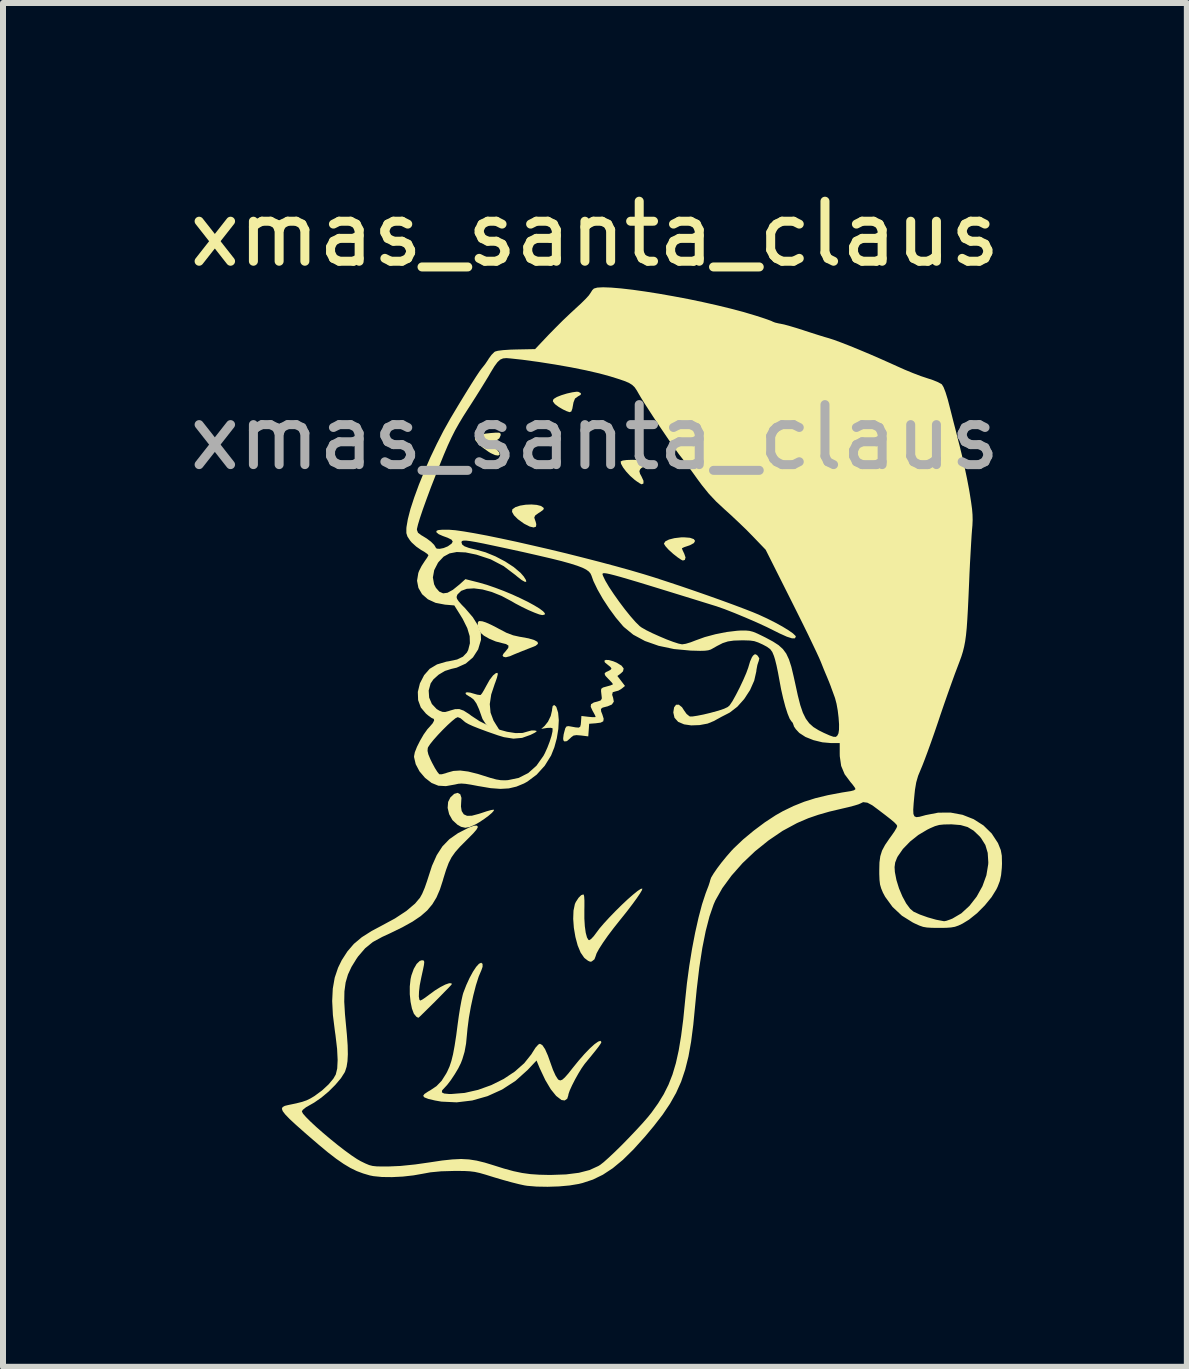
<source format=kicad_pcb>
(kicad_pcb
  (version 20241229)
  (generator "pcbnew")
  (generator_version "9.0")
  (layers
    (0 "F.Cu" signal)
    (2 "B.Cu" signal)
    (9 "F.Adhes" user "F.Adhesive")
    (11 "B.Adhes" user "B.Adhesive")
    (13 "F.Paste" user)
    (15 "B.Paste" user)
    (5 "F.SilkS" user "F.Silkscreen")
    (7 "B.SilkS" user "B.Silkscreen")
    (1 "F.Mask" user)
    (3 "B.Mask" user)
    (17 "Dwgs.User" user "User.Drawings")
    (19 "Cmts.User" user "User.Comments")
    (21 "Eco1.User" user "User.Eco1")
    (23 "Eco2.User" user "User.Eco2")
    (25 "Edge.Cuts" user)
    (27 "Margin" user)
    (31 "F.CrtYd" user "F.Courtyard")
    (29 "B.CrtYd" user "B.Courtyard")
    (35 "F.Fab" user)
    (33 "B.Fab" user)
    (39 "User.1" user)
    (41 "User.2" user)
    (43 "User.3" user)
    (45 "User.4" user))
  (footprint "xmas_santa_claus"
    (layer "F.Cu")
    (at 6.863 1.737)
    (property "Reference" "xmas_santa_claus" (at 0 -0.889 0) (unlocked yes) (layer "F.SilkS") (effects (font (size 1 1) (thickness 0.15))))
    (fp_poly (pts (xy -0.277 1.742) (xy -0.234 1.764) (xy -0.237 1.792) (xy -0.286 1.82) (xy -0.286 1.821) (xy -0.332 1.854) (xy -0.357 1.918) (xy -0.36 1.934) (xy -0.376 2.022) (xy -0.393 2.069) (xy -0.422 2.081) (xy -0.472 2.064) (xy -0.531 2.036) (xy -0.602 1.995) (xy -0.66 1.952) (xy -0.673 1.939) (xy -0.701 1.9) (xy -0.695 1.872) (xy -0.68 1.856) (xy -0.634 1.828) (xy -0.558 1.798) (xy -0.467 1.77) (xy -0.377 1.75) (xy -0.305 1.74)) (stroke (width 0) (type solid)) (fill yes) (layer "F.SilkS"))
    (fp_poly (pts (xy -0.969 3.626) (xy -0.898 3.644) (xy -0.857 3.673) (xy -0.851 3.693) (xy -0.869 3.714) (xy -0.916 3.748) (xy -0.937 3.76) (xy -0.993 3.8) (xy -1.01 3.834) (xy -1.006 3.853) (xy -0.986 3.911) (xy -0.977 3.948) (xy -0.982 3.989) (xy -1.021 4.002) (xy -1.086 3.987) (xy -1.173 3.943) (xy -1.189 3.933) (xy -1.283 3.865) (xy -1.349 3.799) (xy -1.381 3.742) (xy -1.376 3.7) (xy -1.375 3.699) (xy -1.324 3.663) (xy -1.247 3.638) (xy -1.154 3.623) (xy -1.058 3.619)) (stroke (width 0) (type solid)) (fill yes) (layer "F.SilkS"))
    (fp_poly (pts (xy -1.577 2.431) (xy -1.57 2.452) (xy -1.57 2.464) (xy -1.592 2.516) (xy -1.641 2.552) (xy -1.69 2.582) (xy -1.713 2.606) (xy -1.713 2.608) (xy -1.697 2.635) (xy -1.658 2.679) (xy -1.642 2.695) (xy -1.595 2.751) (xy -1.587 2.788) (xy -1.612 2.804) (xy -1.664 2.796) (xy -1.737 2.763) (xy -1.774 2.74) (xy -1.869 2.672) (xy -1.943 2.607) (xy -1.989 2.553) (xy -2.001 2.524) (xy -1.982 2.488) (xy -1.923 2.459) (xy -1.821 2.438) (xy -1.74 2.429) (xy -1.651 2.422) (xy -1.6 2.422)) (stroke (width 0) (type solid)) (fill yes) (layer "F.SilkS"))
    (fp_poly (pts (xy 1.584 4.174) (xy 1.647 4.196) (xy 1.669 4.226) (xy 1.649 4.262) (xy 1.585 4.297) (xy 1.548 4.31) (xy 1.488 4.33) (xy 1.453 4.347) (xy 1.45 4.351) (xy 1.46 4.379) (xy 1.484 4.43) (xy 1.487 4.435) (xy 1.51 4.502) (xy 1.498 4.543) (xy 1.465 4.553) (xy 1.434 4.538) (xy 1.378 4.5) (xy 1.308 4.445) (xy 1.293 4.432) (xy 1.225 4.37) (xy 1.175 4.314) (xy 1.151 4.275) (xy 1.15 4.271) (xy 1.173 4.234) (xy 1.234 4.203) (xy 1.325 4.18) (xy 1.436 4.167) (xy 1.482 4.166)) (stroke (width 0) (type solid)) (fill yes) (layer "F.SilkS"))
    (fp_poly (pts (xy 0.713 2.876) (xy 0.803 2.883) (xy 0.875 2.895) (xy 0.912 2.91) (xy 0.941 2.935) (xy 0.934 2.951) (xy 0.891 2.97) (xy 0.837 2.988) (xy 0.804 2.995) (xy 0.774 3.012) (xy 0.755 3.031) (xy 0.741 3.063) (xy 0.751 3.106) (xy 0.776 3.152) (xy 0.809 3.224) (xy 0.809 3.269) (xy 0.779 3.283) (xy 0.75 3.269) (xy 0.697 3.234) (xy 0.658 3.205) (xy 0.587 3.142) (xy 0.521 3.071) (xy 0.468 3.001) (xy 0.435 2.941) (xy 0.429 2.903) (xy 0.43 2.902) (xy 0.462 2.887) (xy 0.529 2.878) (xy 0.617 2.875)) (stroke (width 0) (type solid)) (fill yes) (layer "F.SilkS"))
    (fp_poly (pts (xy -2.244 8.447) (xy -2.224 8.508) (xy -2.228 8.573) (xy -2.232 8.651) (xy -2.221 8.722) (xy -2.219 8.729) (xy -2.185 8.782) (xy -2.13 8.807) (xy -2.05 8.805) (xy -1.937 8.775) (xy -1.89 8.76) (xy -1.803 8.731) (xy -1.731 8.711) (xy -1.688 8.704) (xy -1.684 8.704) (xy -1.685 8.722) (xy -1.717 8.758) (xy -1.774 8.807) (xy -1.846 8.86) (xy -1.924 8.912) (xy -1.986 8.948) (xy -2.084 8.992) (xy -2.16 9.006) (xy -2.23 8.99) (xy -2.291 8.955) (xy -2.374 8.878) (xy -2.429 8.78) (xy -2.454 8.675) (xy -2.446 8.575) (xy -2.409 8.501) (xy -2.345 8.441) (xy -2.287 8.424)) (stroke (width 0) (type solid)) (fill yes) (layer "F.SilkS"))
    (fp_poly (pts (xy -1.875 5.566) (xy -1.819 5.584) (xy -1.737 5.62) (xy -1.642 5.668) (xy -1.602 5.69) (xy -1.474 5.757) (xy -1.363 5.799) (xy -1.251 5.824) (xy -1.242 5.825) (xy -1.105 5.85) (xy -1.009 5.879) (xy -0.956 5.909) (xy -0.949 5.941) (xy -0.987 5.973) (xy -1.024 5.989) (xy -1.12 6.026) (xy -1.236 6.072) (xy -1.349 6.118) (xy -1.415 6.147) (xy -1.484 6.165) (xy -1.522 6.158) (xy -1.539 6.138) (xy -1.525 6.107) (xy -1.489 6.066) (xy -1.444 6.009) (xy -1.44 5.971) (xy -1.481 5.945) (xy -1.539 5.931) (xy -1.651 5.902) (xy -1.759 5.857) (xy -1.85 5.805) (xy -1.906 5.756) (xy -1.94 5.689) (xy -1.953 5.625) (xy -1.949 5.576) (xy -1.927 5.561)) (stroke (width 0) (type solid)) (fill yes) (layer "F.SilkS"))
    (fp_poly (pts (xy -1.619 6.45) (xy -1.633 6.507) (xy -1.66 6.585) (xy -1.667 6.602) (xy -1.728 6.785) (xy -1.752 6.945) (xy -1.739 7.088) (xy -1.689 7.221) (xy -1.64 7.3) (xy -1.588 7.383) (xy -1.57 7.433) (xy -1.585 7.45) (xy -1.635 7.434) (xy -1.653 7.424) (xy -1.739 7.362) (xy -1.817 7.28) (xy -1.872 7.195) (xy -1.883 7.166) (xy -1.931 7.031) (xy -1.975 6.934) (xy -2.021 6.869) (xy -2.074 6.828) (xy -2.09 6.82) (xy -2.145 6.785) (xy -2.158 6.76) (xy -2.134 6.748) (xy -2.078 6.754) (xy -2.027 6.769) (xy -1.96 6.788) (xy -1.912 6.794) (xy -1.902 6.791) (xy -1.88 6.764) (xy -1.846 6.707) (xy -1.811 6.642) (xy -1.754 6.541) (xy -1.698 6.468) (xy -1.65 6.429) (xy -1.622 6.425)) (stroke (width 0) (type solid)) (fill yes) (layer "F.SilkS"))
    (fp_poly (pts (xy -2.862 11.215) (xy -2.848 11.224) (xy -2.844 11.247) (xy -2.849 11.293) (xy -2.864 11.368) (xy -2.889 11.481) (xy -2.896 11.514) (xy -2.919 11.631) (xy -2.931 11.735) (xy -2.934 11.818) (xy -2.925 11.871) (xy -2.911 11.885) (xy -2.88 11.871) (xy -2.826 11.835) (xy -2.763 11.788) (xy -2.666 11.717) (xy -2.574 11.66) (xy -2.492 11.618) (xy -2.428 11.596) (xy -2.391 11.598) (xy -2.384 11.611) (xy -2.4 11.631) (xy -2.443 11.677) (xy -2.507 11.742) (xy -2.584 11.821) (xy -2.667 11.905) (xy -2.751 11.988) (xy -2.827 12.063) (xy -2.889 12.124) (xy -2.929 12.162) (xy -2.943 12.172) (xy -2.964 12.161) (xy -2.976 12.154) (xy -3.017 12.104) (xy -3.049 12.018) (xy -3.072 11.906) (xy -3.085 11.78) (xy -3.085 11.65) (xy -3.072 11.528) (xy -3.058 11.466) (xy -3.019 11.358) (xy -2.971 11.275) (xy -2.919 11.225) (xy -2.885 11.214)) (stroke (width 0) (type solid)) (fill yes) (layer "F.SilkS"))
    (fp_poly (pts (xy 2.696 6.125) (xy 2.712 6.14) (xy 2.739 6.182) (xy 2.729 6.23) (xy 2.726 6.235) (xy 2.707 6.293) (xy 2.692 6.372) (xy 2.689 6.402) (xy 2.654 6.555) (xy 2.585 6.711) (xy 2.488 6.86) (xy 2.373 6.989) (xy 2.247 7.086) (xy 2.205 7.108) (xy 2.113 7.155) (xy 2.02 7.206) (xy 1.985 7.226) (xy 1.878 7.27) (xy 1.744 7.295) (xy 1.604 7.3) (xy 1.486 7.283) (xy 1.387 7.241) (xy 1.326 7.173) (xy 1.306 7.084) (xy 1.319 7) (xy 1.352 6.956) (xy 1.398 6.955) (xy 1.451 6.997) (xy 1.485 7.05) (xy 1.527 7.109) (xy 1.574 7.147) (xy 1.585 7.152) (xy 1.628 7.151) (xy 1.706 7.139) (xy 1.808 7.119) (xy 1.921 7.092) (xy 2.057 7.055) (xy 2.152 7.023) (xy 2.213 6.994) (xy 2.245 6.966) (xy 2.293 6.894) (xy 2.35 6.791) (xy 2.412 6.67) (xy 2.471 6.545) (xy 2.521 6.43) (xy 2.555 6.337) (xy 2.561 6.316) (xy 2.586 6.234) (xy 2.615 6.167) (xy 2.635 6.137) (xy 2.667 6.113)) (stroke (width 0) (type solid)) (fill yes) (layer "F.SilkS"))
    (fp_poly (pts (xy 0.79 10.02) (xy 0.784 10.045) (xy 0.751 10.101) (xy 0.696 10.182) (xy 0.623 10.282) (xy 0.537 10.395) (xy 0.442 10.514) (xy 0.417 10.545) (xy 0.313 10.676) (xy 0.217 10.803) (xy 0.135 10.92) (xy 0.07 11.021) (xy 0.028 11.098) (xy 0.012 11.145) (xy 0.012 11.146) (xy -0.008 11.198) (xy -0.054 11.234) (xy -0.079 11.238) (xy -0.115 11.222) (xy -0.166 11.183) (xy -0.18 11.17) (xy -0.238 11.086) (xy -0.287 10.968) (xy -0.325 10.826) (xy -0.351 10.674) (xy -0.362 10.524) (xy -0.357 10.387) (xy -0.334 10.277) (xy -0.318 10.242) (xy -0.273 10.173) (xy -0.229 10.129) (xy -0.194 10.117) (xy -0.186 10.122) (xy -0.179 10.152) (xy -0.175 10.218) (xy -0.175 10.31) (xy -0.176 10.376) (xy -0.176 10.519) (xy -0.168 10.648) (xy -0.153 10.756) (xy -0.132 10.834) (xy -0.107 10.875) (xy -0.095 10.879) (xy -0.065 10.86) (xy -0.02 10.813) (xy 0.016 10.765) (xy 0.074 10.687) (xy 0.152 10.596) (xy 0.244 10.496) (xy 0.344 10.393) (xy 0.446 10.292) (xy 0.544 10.2) (xy 0.634 10.121) (xy 0.708 10.061) (xy 0.762 10.025) (xy 0.79 10.019)) (stroke (width 0) (type solid)) (fill yes) (layer "F.SilkS"))
    (fp_poly (pts (xy 0.232 6.211) (xy 0.304 6.231) (xy 0.362 6.255) (xy 0.444 6.305) (xy 0.479 6.352) (xy 0.468 6.399) (xy 0.435 6.431) (xy 0.374 6.477) (xy 0.438 6.56) (xy 0.501 6.643) (xy 0.446 6.688) (xy 0.391 6.721) (xy 0.346 6.733) (xy 0.297 6.747) (xy 0.287 6.79) (xy 0.303 6.839) (xy 0.315 6.904) (xy 0.283 6.952) (xy 0.207 6.984) (xy 0.196 6.986) (xy 0.128 7.004) (xy 0.1 7.026) (xy 0.104 7.068) (xy 0.124 7.119) (xy 0.146 7.19) (xy 0.139 7.232) (xy 0.096 7.254) (xy 0.012 7.265) (xy -0.096 7.273) (xy -0.103 7.378) (xy -0.111 7.483) (xy -0.233 7.468) (xy -0.309 7.462) (xy -0.357 7.47) (xy -0.394 7.497) (xy -0.41 7.513) (xy -0.466 7.562) (xy -0.507 7.568) (xy -0.526 7.549) (xy -0.529 7.514) (xy -0.521 7.451) (xy -0.512 7.415) (xy -0.494 7.348) (xy -0.474 7.318) (xy -0.443 7.312) (xy -0.41 7.317) (xy -0.322 7.333) (xy -0.271 7.337) (xy -0.246 7.323) (xy -0.236 7.287) (xy -0.232 7.244) (xy -0.225 7.143) (xy -0.107 7.157) (xy -0.039 7.163) (xy 0.004 7.162) (xy 0.012 7.157) (xy 0.001 7.13) (xy -0.027 7.078) (xy -0.039 7.057) (xy -0.07 6.99) (xy -0.065 6.947) (xy -0.018 6.918) (xy 0.04 6.903) (xy 0.095 6.885) (xy 0.114 6.856) (xy 0.114 6.834) (xy 0.106 6.764) (xy 0.102 6.727) (xy 0.105 6.691) (xy 0.134 6.669) (xy 0.198 6.651) (xy 0.259 6.634) (xy 0.296 6.618) (xy 0.3 6.613) (xy 0.284 6.589) (xy 0.244 6.546) (xy 0.228 6.53) (xy 0.175 6.474) (xy 0.16 6.439) (xy 0.181 6.413) (xy 0.216 6.398) (xy 0.26 6.374) (xy 0.276 6.353) (xy 0.258 6.326) (xy 0.216 6.292) (xy 0.166 6.251) (xy 0.157 6.223) (xy 0.181 6.209)) (stroke (width 0) (type solid)) (fill yes) (layer "F.SilkS"))
    (fp_poly (pts (xy -1.872 11.274) (xy -1.872 11.323) (xy -1.891 11.378) (xy -1.937 11.486) (xy -1.983 11.631) (xy -2.027 11.802) (xy -2.067 11.986) (xy -2.1 12.173) (xy -2.123 12.351) (xy -2.131 12.436) (xy -2.147 12.602) (xy -2.172 12.739) (xy -2.209 12.863) (xy -2.234 12.928) (xy -2.276 13.013) (xy -2.335 13.112) (xy -2.4 13.21) (xy -2.462 13.291) (xy -2.501 13.333) (xy -2.546 13.381) (xy -2.55 13.415) (xy -2.513 13.434) (xy -2.431 13.442) (xy -2.39 13.442) (xy -2.171 13.424) (xy -1.947 13.373) (xy -1.727 13.294) (xy -1.52 13.191) (xy -1.335 13.068) (xy -1.178 12.929) (xy -1.059 12.78) (xy -1.042 12.752) (xy -0.989 12.669) (xy -0.943 12.618) (xy -0.917 12.605) (xy -0.877 12.627) (xy -0.831 12.694) (xy -0.783 12.803) (xy -0.743 12.916) (xy -0.699 13.039) (xy -0.656 13.134) (xy -0.618 13.194) (xy -0.604 13.207) (xy -0.576 13.216) (xy -0.544 13.204) (xy -0.501 13.166) (xy -0.441 13.098) (xy -0.375 13.014) (xy -0.272 12.887) (xy -0.174 12.775) (xy -0.084 12.682) (xy -0.007 12.612) (xy 0.054 12.569) (xy 0.093 12.556) (xy 0.108 12.577) (xy 0.108 12.578) (xy 0.094 12.606) (xy 0.056 12.66) (xy 0.006 12.724) (xy -0.061 12.807) (xy -0.13 12.891) (xy -0.171 12.941) (xy -0.22 13.01) (xy -0.275 13.1) (xy -0.331 13.2) (xy -0.381 13.298) (xy -0.42 13.384) (xy -0.441 13.445) (xy -0.443 13.462) (xy -0.461 13.52) (xy -0.504 13.55) (xy -0.558 13.542) (xy -0.646 13.474) (xy -0.735 13.364) (xy -0.826 13.211) (xy -0.92 13.012) (xy -0.944 12.954) (xy -0.973 12.884) (xy -1.121 13.041) (xy -1.322 13.222) (xy -1.547 13.368) (xy -1.79 13.478) (xy -2.044 13.55) (xy -2.303 13.581) (xy -2.558 13.569) (xy -2.666 13.55) (xy -2.776 13.524) (xy -2.841 13.499) (xy -2.862 13.473) (xy -2.841 13.442) (xy -2.78 13.401) (xy -2.744 13.381) (xy -2.64 13.311) (xy -2.555 13.223) (xy -2.479 13.103) (xy -2.459 13.065) (xy -2.423 12.985) (xy -2.392 12.892) (xy -2.364 12.779) (xy -2.338 12.639) (xy -2.311 12.465) (xy -2.288 12.287) (xy -2.268 12.142) (xy -2.246 12.004) (xy -2.224 11.885) (xy -2.204 11.795) (xy -2.194 11.759) (xy -2.143 11.627) (xy -2.088 11.507) (xy -2.032 11.404) (xy -1.979 11.324) (xy -1.932 11.272) (xy -1.895 11.255)) (stroke (width 0) (type solid)) (fill yes) (layer "F.SilkS"))
    (fp_poly (pts (xy 0.271 0.005) (xy 0.437 0.019) (xy 0.628 0.041) (xy 0.84 0.071) (xy 1.068 0.107) (xy 1.306 0.149) (xy 1.551 0.195) (xy 1.795 0.246) (xy 2.035 0.3) (xy 2.265 0.356) (xy 2.48 0.413) (xy 2.674 0.471) (xy 2.781 0.505) (xy 2.872 0.536) (xy 2.937 0.56) (xy 2.964 0.573) (xy 3.002 0.588) (xy 3.066 0.603) (xy 3.09 0.607) (xy 3.153 0.62) (xy 3.248 0.646) (xy 3.362 0.68) (xy 3.484 0.719) (xy 3.486 0.72) (xy 3.61 0.76) (xy 3.729 0.798) (xy 3.83 0.829) (xy 3.899 0.849) (xy 3.98 0.875) (xy 4.097 0.918) (xy 4.241 0.974) (xy 4.405 1.041) (xy 4.579 1.114) (xy 4.756 1.191) (xy 4.929 1.268) (xy 5.026 1.312) (xy 5.16 1.372) (xy 5.298 1.429) (xy 5.426 1.478) (xy 5.528 1.512) (xy 5.537 1.515) (xy 5.634 1.547) (xy 5.717 1.581) (xy 5.773 1.612) (xy 5.782 1.619) (xy 5.81 1.666) (xy 5.843 1.751) (xy 5.879 1.868) (xy 5.898 1.941) (xy 5.929 2.061) (xy 5.967 2.212) (xy 6.01 2.378) (xy 6.052 2.546) (xy 6.075 2.634) (xy 6.117 2.806) (xy 6.16 2.997) (xy 6.2 3.188) (xy 6.233 3.361) (xy 6.244 3.425) (xy 6.268 3.577) (xy 6.284 3.694) (xy 6.292 3.79) (xy 6.294 3.877) (xy 6.29 3.969) (xy 6.284 4.036) (xy 6.277 4.128) (xy 6.269 4.258) (xy 6.26 4.416) (xy 6.25 4.592) (xy 6.241 4.776) (xy 6.236 4.899) (xy 6.225 5.151) (xy 6.215 5.361) (xy 6.205 5.535) (xy 6.195 5.679) (xy 6.183 5.799) (xy 6.169 5.9) (xy 6.152 5.988) (xy 6.132 6.069) (xy 6.107 6.15) (xy 6.076 6.235) (xy 6.042 6.325) (xy 5.998 6.441) (xy 5.943 6.593) (xy 5.881 6.767) (xy 5.816 6.953) (xy 5.752 7.14) (xy 5.718 7.242) (xy 5.659 7.415) (xy 5.6 7.583) (xy 5.544 7.738) (xy 5.494 7.872) (xy 5.454 7.975) (xy 5.433 8.025) (xy 5.385 8.141) (xy 5.354 8.249) (xy 5.333 8.372) (xy 5.325 8.449) (xy 5.311 8.598) (xy 5.304 8.705) (xy 5.307 8.776) (xy 5.324 8.815) (xy 5.356 8.829) (xy 5.408 8.823) (xy 5.482 8.803) (xy 5.51 8.795) (xy 5.72 8.754) (xy 5.927 8.753) (xy 6.126 8.79) (xy 6.311 8.863) (xy 6.474 8.967) (xy 6.611 9.101) (xy 6.716 9.261) (xy 6.763 9.378) (xy 6.78 9.472) (xy 6.783 9.603) (xy 6.78 9.673) (xy 6.768 9.795) (xy 6.747 9.893) (xy 6.711 9.987) (xy 6.69 10.031) (xy 6.609 10.162) (xy 6.497 10.299) (xy 6.368 10.429) (xy 6.233 10.537) (xy 6.127 10.602) (xy 6.058 10.635) (xy 5.998 10.656) (xy 5.934 10.667) (xy 5.851 10.673) (xy 5.735 10.674) (xy 5.731 10.674) (xy 5.616 10.673) (xy 5.533 10.668) (xy 5.468 10.657) (xy 5.405 10.635) (xy 5.328 10.6) (xy 5.296 10.584) (xy 5.115 10.471) (xy 4.959 10.325) (xy 4.836 10.156) (xy 4.799 10.087) (xy 4.77 10.017) (xy 4.751 9.952) (xy 4.742 9.877) (xy 4.738 9.775) (xy 4.738 9.715) (xy 4.739 9.661) (xy 4.993 9.661) (xy 4.998 9.743) (xy 5.024 9.877) (xy 5.067 10.016) (xy 5.123 10.149) (xy 5.186 10.266) (xy 5.252 10.355) (xy 5.31 10.404) (xy 5.415 10.452) (xy 5.547 10.499) (xy 5.685 10.538) (xy 5.806 10.561) (xy 5.82 10.563) (xy 5.857 10.556) (xy 5.92 10.534) (xy 5.957 10.519) (xy 6.105 10.432) (xy 6.241 10.307) (xy 6.361 10.153) (xy 6.457 9.98) (xy 6.523 9.798) (xy 6.553 9.616) (xy 6.555 9.584) (xy 6.545 9.424) (xy 6.506 9.293) (xy 6.434 9.178) (xy 6.408 9.147) (xy 6.31 9.054) (xy 6.21 8.994) (xy 6.094 8.961) (xy 5.948 8.949) (xy 5.922 8.949) (xy 5.816 8.951) (xy 5.737 8.959) (xy 5.666 8.979) (xy 5.583 9.015) (xy 5.537 9.038) (xy 5.389 9.126) (xy 5.25 9.237) (xy 5.132 9.359) (xy 5.046 9.483) (xy 5.034 9.506) (xy 5.003 9.585) (xy 4.993 9.661) (xy 4.739 9.661) (xy 4.741 9.584) (xy 4.755 9.48) (xy 4.784 9.387) (xy 4.834 9.293) (xy 4.909 9.183) (xy 4.944 9.135) (xy 4.992 9.066) (xy 5.026 9.008) (xy 5.037 8.976) (xy 5.026 8.955) (xy 4.992 8.919) (xy 4.931 8.867) (xy 4.839 8.795) (xy 4.714 8.7) (xy 4.621 8.631) (xy 4.54 8.588) (xy 4.469 8.579) (xy 4.424 8.601) (xy 4.392 8.615) (xy 4.324 8.636) (xy 4.229 8.661) (xy 4.126 8.685) (xy 3.906 8.737) (xy 3.721 8.79) (xy 3.555 8.847) (xy 3.396 8.915) (xy 3.365 8.929) (xy 3.128 9.057) (xy 2.894 9.216) (xy 2.669 9.397) (xy 2.461 9.594) (xy 2.277 9.802) (xy 2.123 10.012) (xy 2.006 10.219) (xy 1.977 10.286) (xy 1.909 10.483) (xy 1.846 10.726) (xy 1.789 11.012) (xy 1.739 11.337) (xy 1.696 11.7) (xy 1.67 11.968) (xy 1.639 12.289) (xy 1.603 12.569) (xy 1.559 12.816) (xy 1.504 13.036) (xy 1.437 13.236) (xy 1.353 13.423) (xy 1.251 13.604) (xy 1.128 13.787) (xy 0.98 13.978) (xy 0.835 14.152) (xy 0.642 14.366) (xy 0.465 14.54) (xy 0.297 14.679) (xy 0.133 14.787) (xy -0.033 14.868) (xy -0.206 14.925) (xy -0.271 14.941) (xy -0.422 14.966) (xy -0.6 14.982) (xy -0.788 14.988) (xy -0.97 14.985) (xy -1.127 14.972) (xy -1.172 14.965) (xy -1.264 14.945) (xy -1.387 14.914) (xy -1.525 14.876) (xy -1.664 14.835) (xy -1.687 14.828) (xy -1.819 14.787) (xy -1.92 14.758) (xy -2.003 14.74) (xy -2.083 14.73) (xy -2.173 14.725) (xy -2.288 14.724) (xy -2.343 14.724) (xy -2.561 14.73) (xy -2.74 14.747) (xy -2.859 14.769) (xy -3.023 14.798) (xy -3.201 14.818) (xy -3.381 14.827) (xy -3.548 14.825) (xy -3.689 14.811) (xy -3.75 14.799) (xy -3.862 14.766) (xy -3.969 14.726) (xy -4.075 14.674) (xy -4.187 14.607) (xy -4.31 14.522) (xy -4.45 14.414) (xy -4.611 14.28) (xy -4.8 14.117) (xy -4.84 14.082) (xy -4.981 13.957) (xy -5.087 13.859) (xy -5.16 13.783) (xy -5.202 13.728) (xy -5.216 13.688) (xy -5.204 13.66) (xy -5.168 13.64) (xy -5.111 13.626) (xy -4.977 13.598) (xy -4.878 13.573) (xy -4.803 13.547) (xy -4.738 13.515) (xy -4.673 13.476) (xy -4.547 13.383) (xy -4.439 13.283) (xy -4.358 13.186) (xy -4.318 13.117) (xy -4.294 13.017) (xy -4.287 12.875) (xy -4.296 12.69) (xy -4.323 12.461) (xy -4.332 12.399) (xy -4.366 12.127) (xy -4.378 11.892) (xy -4.368 11.687) (xy -4.336 11.504) (xy -4.28 11.338) (xy -4.219 11.213) (xy -4.125 11.067) (xy -4.017 10.941) (xy -3.885 10.83) (xy -3.721 10.726) (xy -3.565 10.643) (xy -3.332 10.517) (xy -3.142 10.392) (xy -2.997 10.269) (xy -2.914 10.17) (xy -2.877 10.103) (xy -2.836 10.006) (xy -2.798 9.897) (xy -2.786 9.859) (xy -2.715 9.64) (xy -2.635 9.461) (xy -2.541 9.316) (xy -2.425 9.196) (xy -2.282 9.096) (xy -2.108 9.007) (xy -2.085 8.997) (xy -2.013 8.971) (xy -1.97 8.97) (xy -1.955 8.98) (xy -1.953 9.001) (xy -1.975 9.039) (xy -2.027 9.099) (xy -2.111 9.184) (xy -2.144 9.217) (xy -2.25 9.323) (xy -2.329 9.413) (xy -2.389 9.498) (xy -2.437 9.592) (xy -2.48 9.707) (xy -2.526 9.854) (xy -2.533 9.881) (xy -2.583 10.035) (xy -2.64 10.167) (xy -2.709 10.281) (xy -2.795 10.384) (xy -2.903 10.478) (xy -3.039 10.57) (xy -3.208 10.664) (xy -3.415 10.765) (xy -3.543 10.824) (xy -3.7 10.909) (xy -3.829 11.014) (xy -3.946 11.15) (xy -3.976 11.194) (xy -4.056 11.324) (xy -4.115 11.451) (xy -4.154 11.584) (xy -4.174 11.732) (xy -4.177 11.904) (xy -4.165 12.109) (xy -4.154 12.228) (xy -4.133 12.452) (xy -4.12 12.633) (xy -4.117 12.78) (xy -4.123 12.896) (xy -4.138 12.989) (xy -4.162 13.064) (xy -4.169 13.08) (xy -4.232 13.179) (xy -4.325 13.289) (xy -4.437 13.401) (xy -4.559 13.503) (xy -4.677 13.585) (xy -4.721 13.61) (xy -4.814 13.663) (xy -4.869 13.707) (xy -4.883 13.733) (xy -4.865 13.769) (xy -4.814 13.827) (xy -4.737 13.904) (xy -4.64 13.994) (xy -4.528 14.092) (xy -4.407 14.194) (xy -4.285 14.293) (xy -4.166 14.385) (xy -4.056 14.465) (xy -3.963 14.527) (xy -3.902 14.562) (xy -3.824 14.6) (xy -3.762 14.626) (xy -3.704 14.641) (xy -3.636 14.648) (xy -3.545 14.65) (xy -3.447 14.65) (xy -3.24 14.641) (xy -2.996 14.616) (xy -2.751 14.581) (xy -2.545 14.55) (xy -2.375 14.532) (xy -2.23 14.525) (xy -2.099 14.532) (xy -1.971 14.552) (xy -1.836 14.585) (xy -1.708 14.624) (xy -1.517 14.684) (xy -1.356 14.728) (xy -1.213 14.758) (xy -1.075 14.777) (xy -0.927 14.787) (xy -0.757 14.791) (xy -0.738 14.791) (xy -0.482 14.782) (xy -0.267 14.755) (xy -0.089 14.709) (xy 0.057 14.642) (xy 0.088 14.623) (xy 0.148 14.576) (xy 0.233 14.5) (xy 0.336 14.403) (xy 0.451 14.29) (xy 0.569 14.169) (xy 0.684 14.048) (xy 0.791 13.932) (xy 0.88 13.83) (xy 0.943 13.752) (xy 1.053 13.598) (xy 1.147 13.445) (xy 1.226 13.287) (xy 1.293 13.116) (xy 1.349 12.928) (xy 1.396 12.716) (xy 1.436 12.475) (xy 1.472 12.197) (xy 1.503 11.884) (xy 1.533 11.598) (xy 1.572 11.309) (xy 1.618 11.025) (xy 1.67 10.754) (xy 1.726 10.505) (xy 1.784 10.284) (xy 1.844 10.101) (xy 1.862 10.053) (xy 1.893 9.973) (xy 1.914 9.909) (xy 1.922 9.877) (xy 1.937 9.835) (xy 1.978 9.767) (xy 2.038 9.68) (xy 2.112 9.582) (xy 2.193 9.483) (xy 2.275 9.389) (xy 2.314 9.348) (xy 2.469 9.201) (xy 2.646 9.054) (xy 2.832 8.915) (xy 3.012 8.797) (xy 3.132 8.729) (xy 3.31 8.643) (xy 3.487 8.572) (xy 3.674 8.513) (xy 3.881 8.463) (xy 4.119 8.418) (xy 4.264 8.395) (xy 4.317 8.381) (xy 4.342 8.362) (xy 4.342 8.36) (xy 4.327 8.331) (xy 4.289 8.28) (xy 4.259 8.245) (xy 4.161 8.114) (xy 4.103 7.975) (xy 4.08 7.814) (xy 4.079 7.768) (xy 4.079 7.595) (xy 3.937 7.595) (xy 3.79 7.582) (xy 3.642 7.546) (xy 3.509 7.493) (xy 3.407 7.427) (xy 3.397 7.417) (xy 3.347 7.363) (xy 3.316 7.317) (xy 3.312 7.301) (xy 3.295 7.256) (xy 3.276 7.235) (xy 3.246 7.191) (xy 3.211 7.106) (xy 3.174 6.991) (xy 3.137 6.851) (xy 3.102 6.697) (xy 3.074 6.546) (xy 3.051 6.421) (xy 3.026 6.301) (xy 3.001 6.201) (xy 2.983 6.143) (xy 2.955 6.076) (xy 2.921 6.03) (xy 2.868 5.991) (xy 2.797 5.953) (xy 2.72 5.918) (xy 2.655 5.896) (xy 2.584 5.886) (xy 2.489 5.883) (xy 2.437 5.883) (xy 2.313 5.887) (xy 2.216 5.901) (xy 2.129 5.929) (xy 2.033 5.978) (xy 1.97 6.014) (xy 1.93 6.036) (xy 1.887 6.049) (xy 1.832 6.056) (xy 1.753 6.058) (xy 1.641 6.055) (xy 1.598 6.054) (xy 1.318 6.028) (xy 1.062 5.974) (xy 0.834 5.894) (xy 0.639 5.789) (xy 0.483 5.661) (xy 0.463 5.64) (xy 0.349 5.505) (xy 0.237 5.352) (xy 0.132 5.192) (xy 0.043 5.036) (xy -0.025 4.895) (xy -0.058 4.803) (xy -0.074 4.769) (xy -0.102 4.736) (xy -0.146 4.704) (xy -0.21 4.672) (xy -0.297 4.639) (xy -0.411 4.603) (xy -0.554 4.563) (xy -0.731 4.519) (xy -0.945 4.469) (xy -1.199 4.411) (xy -1.484 4.349) (xy -1.691 4.305) (xy -1.856 4.27) (xy -1.984 4.245) (xy -2.079 4.229) (xy -2.145 4.221) (xy -2.188 4.221) (xy -2.213 4.227) (xy -2.222 4.24) (xy -2.224 4.249) (xy -2.212 4.286) (xy -2.173 4.316) (xy -2.1 4.343) (xy -1.986 4.371) (xy -1.982 4.371) (xy -1.823 4.416) (xy -1.657 4.484) (xy -1.497 4.568) (xy -1.354 4.661) (xy -1.239 4.758) (xy -1.186 4.819) (xy -1.149 4.878) (xy -1.144 4.908) (xy -1.169 4.907) (xy -1.221 4.878) (xy -1.296 4.819) (xy -1.323 4.796) (xy -1.521 4.646) (xy -1.737 4.533) (xy -1.974 4.455) (xy -2.154 4.418) (xy -2.302 4.411) (xy -2.422 4.434) (xy -2.521 4.488) (xy -2.604 4.576) (xy -2.616 4.592) (xy -2.678 4.713) (xy -2.7 4.835) (xy -2.68 4.948) (xy -2.65 5.007) (xy -2.593 5.072) (xy -2.529 5.1) (xy -2.456 5.09) (xy -2.367 5.041) (xy -2.258 4.953) (xy -2.249 4.945) (xy -2.158 4.863) (xy -1.933 4.92) (xy -1.801 4.958) (xy -1.662 5.006) (xy -1.519 5.06) (xy -1.377 5.119) (xy -1.242 5.181) (xy -1.119 5.241) (xy -1.011 5.3) (xy -0.924 5.353) (xy -0.864 5.398) (xy -0.833 5.433) (xy -0.838 5.455) (xy -0.878 5.462) (xy -0.928 5.451) (xy -1.008 5.421) (xy -1.109 5.378) (xy -1.218 5.325) (xy -1.325 5.269) (xy -1.388 5.232) (xy -1.555 5.143) (xy -1.719 5.077) (xy -1.874 5.035) (xy -2.015 5.017) (xy -2.135 5.024) (xy -2.228 5.058) (xy -2.289 5.117) (xy -2.296 5.131) (xy -2.305 5.161) (xy -2.298 5.191) (xy -2.271 5.232) (xy -2.219 5.291) (xy -2.163 5.348) (xy -2.035 5.497) (xy -1.947 5.637) (xy -1.901 5.766) (xy -1.898 5.874) (xy -1.946 6.034) (xy -2.032 6.167) (xy -2.152 6.27) (xy -2.303 6.338) (xy -2.393 6.359) (xy -2.5 6.393) (xy -2.604 6.455) (xy -2.691 6.533) (xy -2.737 6.6) (xy -2.77 6.719) (xy -2.762 6.837) (xy -2.717 6.943) (xy -2.638 7.027) (xy -2.592 7.055) (xy -2.54 7.075) (xy -2.495 7.077) (xy -2.433 7.06) (xy -2.41 7.052) (xy -2.329 7.029) (xy -2.259 7.028) (xy -2.187 7.054) (xy -2.1 7.109) (xy -2.056 7.142) (xy -1.922 7.23) (xy -1.773 7.305) (xy -1.618 7.364) (xy -1.465 7.406) (xy -1.324 7.428) (xy -1.205 7.426) (xy -1.118 7.401) (xy -1.058 7.385) (xy -1.006 7.385) (xy -0.975 7.391) (xy -0.973 7.403) (xy -1.005 7.424) (xy -1.073 7.458) (xy -1.213 7.508) (xy -1.358 7.521) (xy -1.517 7.496) (xy -1.616 7.466) (xy -1.794 7.404) (xy -1.931 7.353) (xy -2.034 7.312) (xy -2.108 7.278) (xy -2.158 7.249) (xy -2.191 7.222) (xy -2.192 7.22) (xy -2.241 7.18) (xy -2.285 7.163) (xy -2.286 7.163) (xy -2.322 7.18) (xy -2.38 7.227) (xy -2.454 7.294) (xy -2.535 7.374) (xy -2.616 7.459) (xy -2.689 7.541) (xy -2.746 7.612) (xy -2.78 7.664) (xy -2.785 7.677) (xy -2.789 7.725) (xy -2.776 7.782) (xy -2.743 7.862) (xy -2.712 7.925) (xy -2.667 8.009) (xy -2.626 8.074) (xy -2.596 8.111) (xy -2.59 8.115) (xy -2.55 8.114) (xy -2.487 8.097) (xy -2.463 8.088) (xy -2.359 8.059) (xy -2.244 8.052) (xy -2.111 8.069) (xy -1.95 8.109) (xy -1.861 8.137) (xy -1.737 8.176) (xy -1.644 8.201) (xy -1.569 8.213) (xy -1.498 8.215) (xy -1.448 8.212) (xy -1.27 8.175) (xy -1.111 8.094) (xy -0.974 7.972) (xy -0.858 7.808) (xy -0.834 7.763) (xy -0.792 7.67) (xy -0.754 7.571) (xy -0.724 7.477) (xy -0.707 7.401) (xy -0.705 7.354) (xy -0.707 7.348) (xy -0.735 7.34) (xy -0.791 7.342) (xy -0.806 7.344) (xy -0.894 7.358) (xy -0.839 7.31) (xy -0.782 7.238) (xy -0.736 7.142) (xy -0.714 7.048) (xy -0.714 7.034) (xy -0.704 6.978) (xy -0.679 6.96) (xy -0.649 6.985) (xy -0.642 6.996) (xy -0.613 7.089) (xy -0.602 7.215) (xy -0.61 7.36) (xy -0.635 7.514) (xy -0.676 7.665) (xy -0.73 7.801) (xy -0.836 7.972) (xy -0.971 8.121) (xy -1.126 8.237) (xy -1.182 8.268) (xy -1.308 8.32) (xy -1.435 8.35) (xy -1.574 8.358) (xy -1.736 8.346) (xy -1.931 8.313) (xy -1.939 8.312) (xy -2.065 8.288) (xy -2.156 8.274) (xy -2.224 8.269) (xy -2.278 8.273) (xy -2.331 8.285) (xy -2.483 8.312) (xy -2.609 8.305) (xy -2.722 8.259) (xy -2.831 8.174) (xy -2.923 8.066) (xy -2.986 7.947) (xy -3.013 7.832) (xy -3.014 7.815) (xy -3.001 7.748) (xy -2.965 7.657) (xy -2.913 7.554) (xy -2.854 7.452) (xy -2.792 7.365) (xy -2.751 7.32) (xy -2.703 7.264) (xy -2.679 7.218) (xy -2.685 7.191) (xy -2.698 7.187) (xy -2.726 7.173) (xy -2.777 7.136) (xy -2.815 7.104) (xy -2.901 7.002) (xy -2.946 6.879) (xy -2.951 6.742) (xy -2.916 6.599) (xy -2.846 6.463) (xy -2.753 6.357) (xy -2.631 6.284) (xy -2.476 6.238) (xy -2.433 6.231) (xy -2.296 6.202) (xy -2.199 6.155) (xy -2.134 6.087) (xy -2.112 6.045) (xy -2.083 5.932) (xy -2.087 5.813) (xy -2.127 5.679) (xy -2.203 5.526) (xy -2.246 5.456) (xy -2.343 5.301) (xy -2.498 5.288) (xy -2.655 5.258) (xy -2.783 5.199) (xy -2.88 5.114) (xy -2.941 5.009) (xy -2.964 4.89) (xy -2.943 4.761) (xy -2.93 4.726) (xy -2.889 4.645) (xy -2.838 4.566) (xy -2.834 4.56) (xy -2.797 4.507) (xy -2.776 4.469) (xy -2.775 4.463) (xy -2.794 4.442) (xy -2.844 4.407) (xy -2.895 4.378) (xy -2.977 4.321) (xy -3.053 4.252) (xy -3.082 4.217) (xy -3.124 4.153) (xy -3.142 4.096) (xy -3.142 4.042) (xy -2.966 4.042) (xy -2.948 4.09) (xy -2.889 4.134) (xy -2.876 4.141) (xy -2.801 4.187) (xy -2.731 4.24) (xy -2.679 4.292) (xy -2.655 4.331) (xy -2.655 4.335) (xy -2.635 4.355) (xy -2.586 4.358) (xy -2.521 4.345) (xy -2.455 4.318) (xy -2.445 4.312) (xy -2.388 4.271) (xy -2.369 4.237) (xy -2.39 4.205) (xy -2.455 4.173) (xy -2.535 4.144) (xy -2.603 4.114) (xy -2.64 4.083) (xy -2.643 4.072) (xy -2.635 4.055) (xy -2.606 4.045) (xy -2.547 4.04) (xy -2.45 4.04) (xy -2.427 4.04) (xy -2.327 4.048) (xy -2.186 4.068) (xy -2.009 4.098) (xy -1.801 4.137) (xy -1.568 4.185) (xy -1.315 4.239) (xy -1.047 4.3) (xy -0.769 4.364) (xy -0.486 4.432) (xy -0.204 4.503) (xy 0.072 4.574) (xy 0.338 4.645) (xy 0.587 4.714) (xy 0.815 4.781) (xy 0.987 4.834) (xy 1.201 4.904) (xy 1.427 4.979) (xy 1.658 5.058) (xy 1.887 5.138) (xy 2.106 5.216) (xy 2.308 5.29) (xy 2.486 5.357) (xy 2.632 5.414) (xy 2.728 5.454) (xy 2.869 5.519) (xy 3.004 5.587) (xy 3.126 5.654) (xy 3.227 5.716) (xy 3.301 5.768) (xy 3.342 5.808) (xy 3.348 5.821) (xy 3.332 5.849) (xy 3.282 5.849) (xy 3.198 5.822) (xy 3.078 5.768) (xy 3.012 5.735) (xy 2.863 5.661) (xy 2.691 5.582) (xy 2.508 5.503) (xy 2.327 5.428) (xy 2.161 5.363) (xy 2.022 5.314) (xy 1.995 5.306) (xy 1.657 5.201) (xy 1.362 5.11) (xy 1.106 5.031) (xy 0.888 4.964) (xy 0.704 4.908) (xy 0.552 4.863) (xy 0.429 4.827) (xy 0.331 4.8) (xy 0.256 4.781) (xy 0.201 4.769) (xy 0.164 4.764) (xy 0.141 4.764) (xy 0.129 4.77) (xy 0.126 4.779) (xy 0.129 4.792) (xy 0.135 4.808) (xy 0.135 4.809) (xy 0.174 4.89) (xy 0.236 4.995) (xy 0.316 5.115) (xy 0.406 5.242) (xy 0.5 5.367) (xy 0.592 5.481) (xy 0.676 5.577) (xy 0.745 5.645) (xy 0.776 5.668) (xy 0.856 5.714) (xy 0.96 5.765) (xy 1.076 5.817) (xy 1.194 5.867) (xy 1.303 5.908) (xy 1.392 5.937) (xy 1.45 5.949) (xy 1.455 5.949) (xy 1.514 5.94) (xy 1.597 5.915) (xy 1.677 5.884) (xy 1.829 5.829) (xy 2.008 5.781) (xy 2.195 5.744) (xy 2.369 5.723) (xy 2.437 5.719) (xy 2.513 5.719) (xy 2.575 5.725) (xy 2.634 5.74) (xy 2.705 5.769) (xy 2.8 5.815) (xy 2.848 5.839) (xy 2.967 5.903) (xy 3.06 5.963) (xy 3.132 6.028) (xy 3.188 6.104) (xy 3.233 6.2) (xy 3.273 6.324) (xy 3.311 6.483) (xy 3.337 6.6) (xy 3.381 6.802) (xy 3.422 6.963) (xy 3.465 7.089) (xy 3.514 7.188) (xy 3.571 7.265) (xy 3.64 7.327) (xy 3.727 7.381) (xy 3.815 7.425) (xy 3.912 7.468) (xy 3.975 7.49) (xy 4.015 7.491) (xy 4.039 7.471) (xy 4.058 7.433) (xy 4.067 7.374) (xy 4.068 7.282) (xy 4.06 7.17) (xy 4.046 7.052) (xy 4.026 6.94) (xy 4.002 6.849) (xy 3.997 6.834) (xy 3.966 6.749) (xy 3.935 6.665) (xy 3.934 6.66) (xy 3.903 6.58) (xy 3.872 6.505) (xy 3.872 6.504) (xy 3.848 6.448) (xy 3.813 6.364) (xy 3.774 6.266) (xy 3.764 6.241) (xy 3.736 6.176) (xy 3.689 6.074) (xy 3.626 5.942) (xy 3.551 5.785) (xy 3.465 5.61) (xy 3.372 5.423) (xy 3.275 5.229) (xy 3.266 5.211) (xy 2.845 4.373) (xy 2.629 4.148) (xy 2.522 4.039) (xy 2.394 3.916) (xy 2.264 3.794) (xy 2.161 3.701) (xy 2.019 3.569) (xy 1.899 3.441) (xy 1.784 3.299) (xy 1.707 3.195) (xy 1.629 3.086) (xy 1.556 2.986) (xy 1.494 2.903) (xy 1.451 2.847) (xy 1.442 2.836) (xy 1.399 2.781) (xy 1.335 2.692) (xy 1.256 2.58) (xy 1.168 2.45) (xy 1.075 2.313) (xy 0.982 2.174) (xy 0.897 2.043) (xy 0.822 1.927) (xy 0.765 1.835) (xy 0.738 1.789) (xy 0.698 1.719) (xy 0.662 1.666) (xy 0.62 1.626) (xy 0.565 1.592) (xy 0.488 1.56) (xy 0.381 1.524) (xy 0.256 1.485) (xy 0.073 1.435) (xy -0.148 1.384) (xy -0.396 1.334) (xy -0.663 1.287) (xy -0.937 1.244) (xy -1.209 1.207) (xy -1.403 1.186) (xy -1.475 1.18) (xy -1.531 1.185) (xy -1.579 1.206) (xy -1.624 1.248) (xy -1.675 1.317) (xy -1.738 1.42) (xy -1.777 1.488) (xy -1.834 1.581) (xy -1.908 1.701) (xy -1.992 1.835) (xy -2.077 1.968) (xy -2.107 2.014) (xy -2.192 2.147) (xy -2.264 2.267) (xy -2.329 2.382) (xy -2.39 2.503) (xy -2.452 2.637) (xy -2.519 2.794) (xy -2.595 2.982) (xy -2.647 3.114) (xy -2.732 3.331) (xy -2.805 3.528) (xy -2.867 3.7) (xy -2.915 3.843) (xy -2.948 3.952) (xy -2.965 4.024) (xy -2.966 4.042) (xy -3.142 4.042) (xy -3.142 4.024) (xy -3.14 3.995) (xy -3.117 3.862) (xy -3.074 3.695) (xy -3.011 3.502) (xy -2.933 3.289) (xy -2.842 3.064) (xy -2.742 2.834) (xy -2.634 2.608) (xy -2.523 2.391) (xy -2.411 2.191) (xy -2.407 2.184) (xy -2.275 1.963) (xy -2.158 1.771) (xy -2.059 1.611) (xy -1.978 1.484) (xy -1.917 1.393) (xy -1.878 1.341) (xy -1.877 1.341) (xy -1.829 1.28) (xy -1.779 1.206) (xy -1.77 1.19) (xy -1.724 1.127) (xy -1.676 1.079) (xy -1.664 1.071) (xy -1.617 1.058) (xy -1.529 1.047) (xy -1.409 1.039) (xy -1.305 1.036) (xy -0.997 1.03) (xy -0.766 0.786) (xy -0.656 0.674) (xy -0.534 0.552) (xy -0.413 0.437) (xy -0.319 0.35) (xy -0.232 0.27) (xy -0.157 0.196) (xy -0.102 0.136) (xy -0.077 0.1) (xy -0.044 0.048) (xy -0.017 0.021) (xy 0.04 0.005) (xy 0.137 -0.000139)) (stroke (width 0) (type solid)) (fill yes) (layer "F.SilkS"))
    (fp_text user "${REFERENCE}" (at 0 2.5 0) (unlocked yes) (layer "F.Fab") (effects (font (size 1 1) (thickness 0.15)))))
  (gr_rect
    (start -3 -3)
    (end 16.726 19.725)
    (stroke (width 0.1) (type default))
    (fill no)
    (layer "Edge.Cuts")))
</source>
